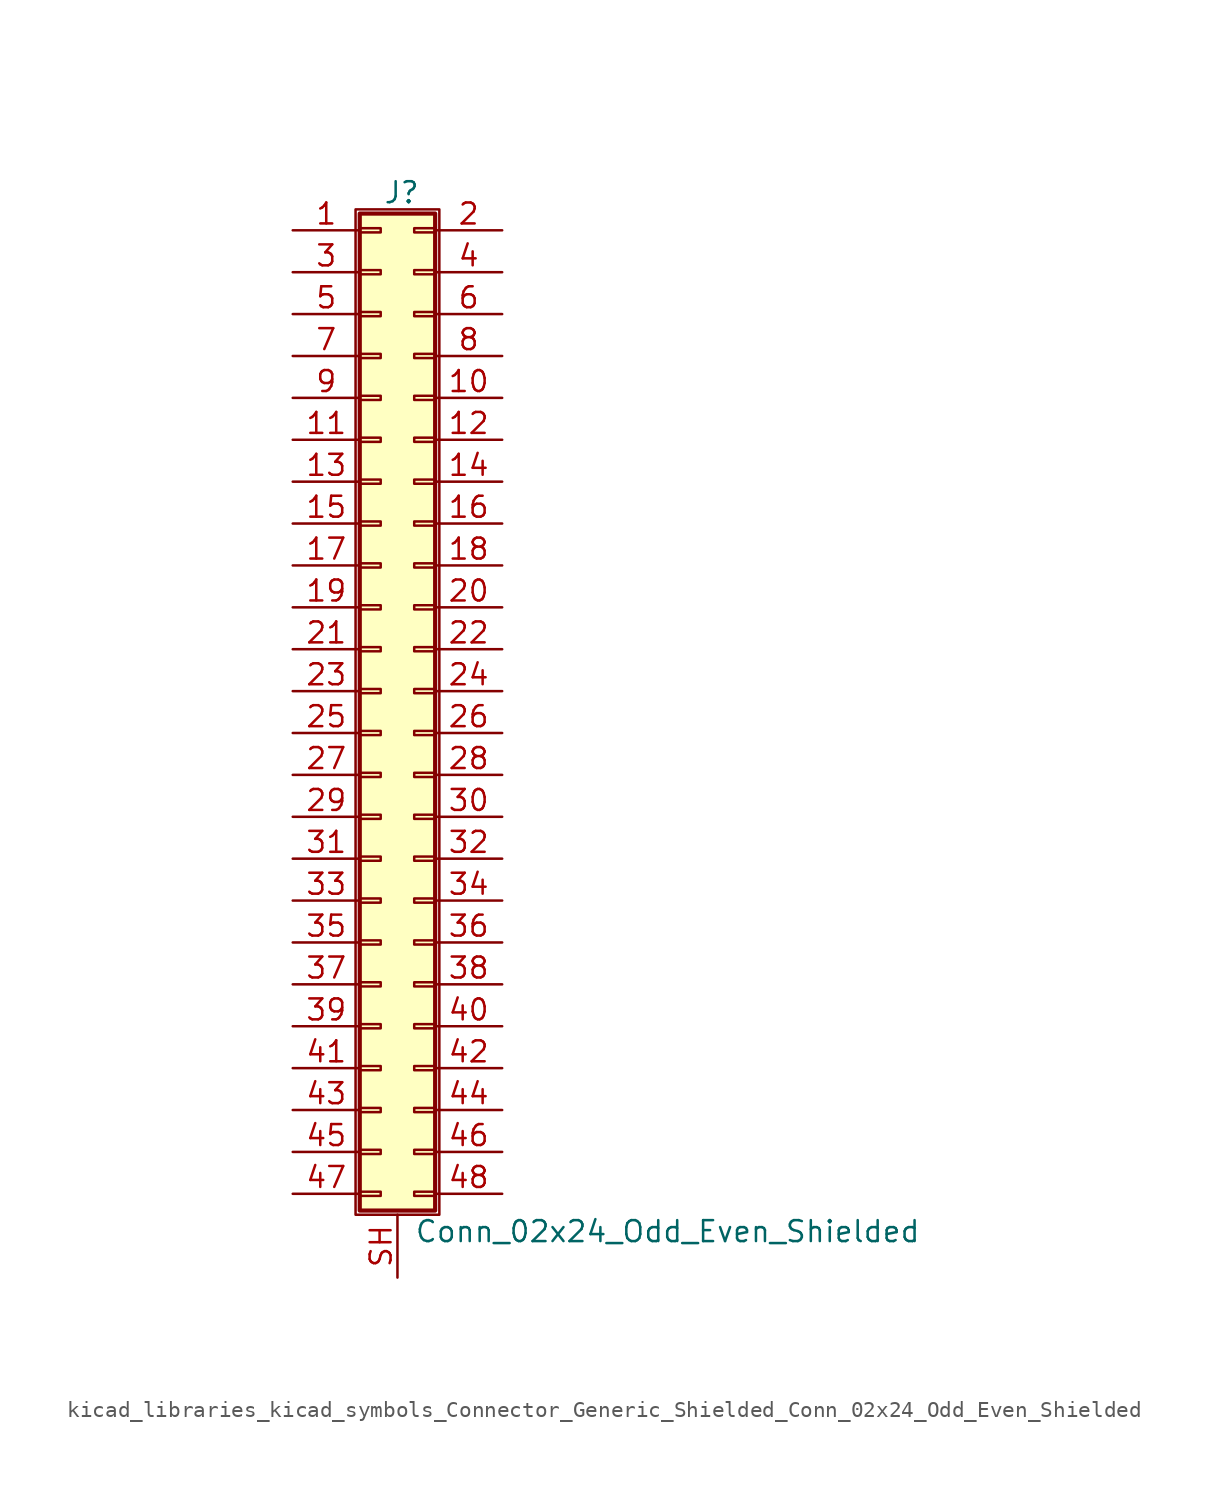
<source format=kicad_sym>
(kicad_symbol_lib
  (version 20220914)
  (generator kicad_symbol_editor)
  (symbol "kicad_libraries_kicad_symbols_Connector_Generic_Shielded_Conn_02x24_Odd_Even_Shielded"
    (pin_names
      (offset 1.016) hide)
    (property "Reference" "J"
      (at 1.524 30.226 0)
      (effects (font (size 1.27 1.27))))
    (property "Value" "Conn_02x24_Odd_Even_Shielded"
      (at 2.286 -32.766 0)
      (effects (font (size 1.27 1.27)) (justify left)))
    (symbol "kicad_libraries_kicad_symbols_Connector_Generic_Shielded_Conn_02x24_Odd_Even_Shielded_1_1"
      (rectangle (start -1.27 29.21) (end 3.81 -31.75) (stroke (width 0.152) (type default)) (fill (type none)))
      (rectangle (start -1.016 -30.353) (end 0.254 -30.607) (stroke (width 0.152) (type default)) (fill (type none)))
      (rectangle (start -1.016 -27.813) (end 0.254 -28.067) (stroke (width 0.152) (type default)) (fill (type none)))
      (rectangle (start -1.016 -25.273) (end 0.254 -25.527) (stroke (width 0.152) (type default)) (fill (type none)))
      (rectangle (start -1.016 -22.733) (end 0.254 -22.987) (stroke (width 0.152) (type default)) (fill (type none)))
      (rectangle (start -1.016 -20.193) (end 0.254 -20.447) (stroke (width 0.152) (type default)) (fill (type none)))
      (rectangle (start -1.016 -17.653) (end 0.254 -17.907) (stroke (width 0.152) (type default)) (fill (type none)))
      (rectangle (start -1.016 -15.113) (end 0.254 -15.367) (stroke (width 0.152) (type default)) (fill (type none)))
      (rectangle (start -1.016 -12.573) (end 0.254 -12.827) (stroke (width 0.152) (type default)) (fill (type none)))
      (rectangle (start -1.016 -10.033) (end 0.254 -10.287) (stroke (width 0.152) (type default)) (fill (type none)))
      (rectangle (start -1.016 -7.493) (end 0.254 -7.747) (stroke (width 0.152) (type default)) (fill (type none)))
      (rectangle (start -1.016 -4.953) (end 0.254 -5.207) (stroke (width 0.152) (type default)) (fill (type none)))
      (rectangle (start -1.016 -2.413) (end 0.254 -2.667) (stroke (width 0.152) (type default)) (fill (type none)))
      (rectangle (start -1.016 0.127) (end 0.254 -0.127) (stroke (width 0.152) (type default)) (fill (type none)))
      (rectangle (start -1.016 2.667) (end 0.254 2.413) (stroke (width 0.152) (type default)) (fill (type none)))
      (rectangle (start -1.016 5.207) (end 0.254 4.953) (stroke (width 0.152) (type default)) (fill (type none)))
      (rectangle (start -1.016 7.747) (end 0.254 7.493) (stroke (width 0.152) (type default)) (fill (type none)))
      (rectangle (start -1.016 10.287) (end 0.254 10.033) (stroke (width 0.152) (type default)) (fill (type none)))
      (rectangle (start -1.016 12.827) (end 0.254 12.573) (stroke (width 0.152) (type default)) (fill (type none)))
      (rectangle (start -1.016 15.367) (end 0.254 15.113) (stroke (width 0.152) (type default)) (fill (type none)))
      (rectangle (start -1.016 17.907) (end 0.254 17.653) (stroke (width 0.152) (type default)) (fill (type none)))
      (rectangle (start -1.016 20.447) (end 0.254 20.193) (stroke (width 0.152) (type default)) (fill (type none)))
      (rectangle (start -1.016 22.987) (end 0.254 22.733) (stroke (width 0.152) (type default)) (fill (type none)))
      (rectangle (start -1.016 25.527) (end 0.254 25.273) (stroke (width 0.152) (type default)) (fill (type none)))
      (rectangle (start -1.016 28.067) (end 0.254 27.813) (stroke (width 0.152) (type default)) (fill (type none)))
      (rectangle (start -1.016 28.956) (end 3.556 -31.496) (stroke (width 0.254) (type default)) (fill (type background)))
      (rectangle (start 3.556 -30.353) (end 2.286 -30.607) (stroke (width 0.152) (type default)) (fill (type none)))
      (rectangle (start 3.556 -27.813) (end 2.286 -28.067) (stroke (width 0.152) (type default)) (fill (type none)))
      (rectangle (start 3.556 -25.273) (end 2.286 -25.527) (stroke (width 0.152) (type default)) (fill (type none)))
      (rectangle (start 3.556 -22.733) (end 2.286 -22.987) (stroke (width 0.152) (type default)) (fill (type none)))
      (rectangle (start 3.556 -20.193) (end 2.286 -20.447) (stroke (width 0.152) (type default)) (fill (type none)))
      (rectangle (start 3.556 -17.653) (end 2.286 -17.907) (stroke (width 0.152) (type default)) (fill (type none)))
      (rectangle (start 3.556 -15.113) (end 2.286 -15.367) (stroke (width 0.152) (type default)) (fill (type none)))
      (rectangle (start 3.556 -12.573) (end 2.286 -12.827) (stroke (width 0.152) (type default)) (fill (type none)))
      (rectangle (start 3.556 -10.033) (end 2.286 -10.287) (stroke (width 0.152) (type default)) (fill (type none)))
      (rectangle (start 3.556 -7.493) (end 2.286 -7.747) (stroke (width 0.152) (type default)) (fill (type none)))
      (rectangle (start 3.556 -4.953) (end 2.286 -5.207) (stroke (width 0.152) (type default)) (fill (type none)))
      (rectangle (start 3.556 -2.413) (end 2.286 -2.667) (stroke (width 0.152) (type default)) (fill (type none)))
      (rectangle (start 3.556 0.127) (end 2.286 -0.127) (stroke (width 0.152) (type default)) (fill (type none)))
      (rectangle (start 3.556 2.667) (end 2.286 2.413) (stroke (width 0.152) (type default)) (fill (type none)))
      (rectangle (start 3.556 5.207) (end 2.286 4.953) (stroke (width 0.152) (type default)) (fill (type none)))
      (rectangle (start 3.556 7.747) (end 2.286 7.493) (stroke (width 0.152) (type default)) (fill (type none)))
      (rectangle (start 3.556 10.287) (end 2.286 10.033) (stroke (width 0.152) (type default)) (fill (type none)))
      (rectangle (start 3.556 12.827) (end 2.286 12.573) (stroke (width 0.152) (type default)) (fill (type none)))
      (rectangle (start 3.556 15.367) (end 2.286 15.113) (stroke (width 0.152) (type default)) (fill (type none)))
      (rectangle (start 3.556 17.907) (end 2.286 17.653) (stroke (width 0.152) (type default)) (fill (type none)))
      (rectangle (start 3.556 20.447) (end 2.286 20.193) (stroke (width 0.152) (type default)) (fill (type none)))
      (rectangle (start 3.556 22.987) (end 2.286 22.733) (stroke (width 0.152) (type default)) (fill (type none)))
      (rectangle (start 3.556 25.527) (end 2.286 25.273) (stroke (width 0.152) (type default)) (fill (type none)))
      (rectangle (start 3.556 28.067) (end 2.286 27.813) (stroke (width 0.152) (type default)) (fill (type none)))
      (pin passive line (at -5.08 27.94 0) (length 4.064) (name "Pin_1" (effects (font (size 1.27 1.27)))) (number "1" (effects (font (size 1.27 1.27)))))
      (pin passive line (at 7.62 17.78 180) (length 4.064) (name "Pin_10" (effects (font (size 1.27 1.27)))) (number "10" (effects (font (size 1.27 1.27)))))
      (pin passive line (at -5.08 15.24 0) (length 4.064) (name "Pin_11" (effects (font (size 1.27 1.27)))) (number "11" (effects (font (size 1.27 1.27)))))
      (pin passive line (at 7.62 15.24 180) (length 4.064) (name "Pin_12" (effects (font (size 1.27 1.27)))) (number "12" (effects (font (size 1.27 1.27)))))
      (pin passive line (at -5.08 12.7 0) (length 4.064) (name "Pin_13" (effects (font (size 1.27 1.27)))) (number "13" (effects (font (size 1.27 1.27)))))
      (pin passive line (at 7.62 12.7 180) (length 4.064) (name "Pin_14" (effects (font (size 1.27 1.27)))) (number "14" (effects (font (size 1.27 1.27)))))
      (pin passive line (at -5.08 10.16 0) (length 4.064) (name "Pin_15" (effects (font (size 1.27 1.27)))) (number "15" (effects (font (size 1.27 1.27)))))
      (pin passive line (at 7.62 10.16 180) (length 4.064) (name "Pin_16" (effects (font (size 1.27 1.27)))) (number "16" (effects (font (size 1.27 1.27)))))
      (pin passive line (at -5.08 7.62 0) (length 4.064) (name "Pin_17" (effects (font (size 1.27 1.27)))) (number "17" (effects (font (size 1.27 1.27)))))
      (pin passive line (at 7.62 7.62 180) (length 4.064) (name "Pin_18" (effects (font (size 1.27 1.27)))) (number "18" (effects (font (size 1.27 1.27)))))
      (pin passive line (at -5.08 5.08 0) (length 4.064) (name "Pin_19" (effects (font (size 1.27 1.27)))) (number "19" (effects (font (size 1.27 1.27)))))
      (pin passive line (at 7.62 27.94 180) (length 4.064) (name "Pin_2" (effects (font (size 1.27 1.27)))) (number "2" (effects (font (size 1.27 1.27)))))
      (pin passive line (at 7.62 5.08 180) (length 4.064) (name "Pin_20" (effects (font (size 1.27 1.27)))) (number "20" (effects (font (size 1.27 1.27)))))
      (pin passive line (at -5.08 2.54 0) (length 4.064) (name "Pin_21" (effects (font (size 1.27 1.27)))) (number "21" (effects (font (size 1.27 1.27)))))
      (pin passive line (at 7.62 2.54 180) (length 4.064) (name "Pin_22" (effects (font (size 1.27 1.27)))) (number "22" (effects (font (size 1.27 1.27)))))
      (pin passive line (at -5.08 0 0) (length 4.064) (name "Pin_23" (effects (font (size 1.27 1.27)))) (number "23" (effects (font (size 1.27 1.27)))))
      (pin passive line (at 7.62 0 180) (length 4.064) (name "Pin_24" (effects (font (size 1.27 1.27)))) (number "24" (effects (font (size 1.27 1.27)))))
      (pin passive line (at -5.08 -2.54 0) (length 4.064) (name "Pin_25" (effects (font (size 1.27 1.27)))) (number "25" (effects (font (size 1.27 1.27)))))
      (pin passive line (at 7.62 -2.54 180) (length 4.064) (name "Pin_26" (effects (font (size 1.27 1.27)))) (number "26" (effects (font (size 1.27 1.27)))))
      (pin passive line (at -5.08 -5.08 0) (length 4.064) (name "Pin_27" (effects (font (size 1.27 1.27)))) (number "27" (effects (font (size 1.27 1.27)))))
      (pin passive line (at 7.62 -5.08 180) (length 4.064) (name "Pin_28" (effects (font (size 1.27 1.27)))) (number "28" (effects (font (size 1.27 1.27)))))
      (pin passive line (at -5.08 -7.62 0) (length 4.064) (name "Pin_29" (effects (font (size 1.27 1.27)))) (number "29" (effects (font (size 1.27 1.27)))))
      (pin passive line (at -5.08 25.4 0) (length 4.064) (name "Pin_3" (effects (font (size 1.27 1.27)))) (number "3" (effects (font (size 1.27 1.27)))))
      (pin passive line (at 7.62 -7.62 180) (length 4.064) (name "Pin_30" (effects (font (size 1.27 1.27)))) (number "30" (effects (font (size 1.27 1.27)))))
      (pin passive line (at -5.08 -10.16 0) (length 4.064) (name "Pin_31" (effects (font (size 1.27 1.27)))) (number "31" (effects (font (size 1.27 1.27)))))
      (pin passive line (at 7.62 -10.16 180) (length 4.064) (name "Pin_32" (effects (font (size 1.27 1.27)))) (number "32" (effects (font (size 1.27 1.27)))))
      (pin passive line (at -5.08 -12.7 0) (length 4.064) (name "Pin_33" (effects (font (size 1.27 1.27)))) (number "33" (effects (font (size 1.27 1.27)))))
      (pin passive line (at 7.62 -12.7 180) (length 4.064) (name "Pin_34" (effects (font (size 1.27 1.27)))) (number "34" (effects (font (size 1.27 1.27)))))
      (pin passive line (at -5.08 -15.24 0) (length 4.064) (name "Pin_35" (effects (font (size 1.27 1.27)))) (number "35" (effects (font (size 1.27 1.27)))))
      (pin passive line (at 7.62 -15.24 180) (length 4.064) (name "Pin_36" (effects (font (size 1.27 1.27)))) (number "36" (effects (font (size 1.27 1.27)))))
      (pin passive line (at -5.08 -17.78 0) (length 4.064) (name "Pin_37" (effects (font (size 1.27 1.27)))) (number "37" (effects (font (size 1.27 1.27)))))
      (pin passive line (at 7.62 -17.78 180) (length 4.064) (name "Pin_38" (effects (font (size 1.27 1.27)))) (number "38" (effects (font (size 1.27 1.27)))))
      (pin passive line (at -5.08 -20.32 0) (length 4.064) (name "Pin_39" (effects (font (size 1.27 1.27)))) (number "39" (effects (font (size 1.27 1.27)))))
      (pin passive line (at 7.62 25.4 180) (length 4.064) (name "Pin_4" (effects (font (size 1.27 1.27)))) (number "4" (effects (font (size 1.27 1.27)))))
      (pin passive line (at 7.62 -20.32 180) (length 4.064) (name "Pin_40" (effects (font (size 1.27 1.27)))) (number "40" (effects (font (size 1.27 1.27)))))
      (pin passive line (at -5.08 -22.86 0) (length 4.064) (name "Pin_41" (effects (font (size 1.27 1.27)))) (number "41" (effects (font (size 1.27 1.27)))))
      (pin passive line (at 7.62 -22.86 180) (length 4.064) (name "Pin_42" (effects (font (size 1.27 1.27)))) (number "42" (effects (font (size 1.27 1.27)))))
      (pin passive line (at -5.08 -25.4 0) (length 4.064) (name "Pin_43" (effects (font (size 1.27 1.27)))) (number "43" (effects (font (size 1.27 1.27)))))
      (pin passive line (at 7.62 -25.4 180) (length 4.064) (name "Pin_44" (effects (font (size 1.27 1.27)))) (number "44" (effects (font (size 1.27 1.27)))))
      (pin passive line (at -5.08 -27.94 0) (length 4.064) (name "Pin_45" (effects (font (size 1.27 1.27)))) (number "45" (effects (font (size 1.27 1.27)))))
      (pin passive line (at 7.62 -27.94 180) (length 4.064) (name "Pin_46" (effects (font (size 1.27 1.27)))) (number "46" (effects (font (size 1.27 1.27)))))
      (pin passive line (at -5.08 -30.48 0) (length 4.064) (name "Pin_47" (effects (font (size 1.27 1.27)))) (number "47" (effects (font (size 1.27 1.27)))))
      (pin passive line (at 7.62 -30.48 180) (length 4.064) (name "Pin_48" (effects (font (size 1.27 1.27)))) (number "48" (effects (font (size 1.27 1.27)))))
      (pin passive line (at -5.08 22.86 0) (length 4.064) (name "Pin_5" (effects (font (size 1.27 1.27)))) (number "5" (effects (font (size 1.27 1.27)))))
      (pin passive line (at 7.62 22.86 180) (length 4.064) (name "Pin_6" (effects (font (size 1.27 1.27)))) (number "6" (effects (font (size 1.27 1.27)))))
      (pin passive line (at -5.08 20.32 0) (length 4.064) (name "Pin_7" (effects (font (size 1.27 1.27)))) (number "7" (effects (font (size 1.27 1.27)))))
      (pin passive line (at 7.62 20.32 180) (length 4.064) (name "Pin_8" (effects (font (size 1.27 1.27)))) (number "8" (effects (font (size 1.27 1.27)))))
      (pin passive line (at -5.08 17.78 0) (length 4.064) (name "Pin_9" (effects (font (size 1.27 1.27)))) (number "9" (effects (font (size 1.27 1.27)))))
      (pin passive line (at 1.27 -35.56 90) (length 3.81) (name "Shield" (effects (font (size 1.27 1.27)))) (number "SH" (effects (font (size 1.27 1.27))))))))
</source>
